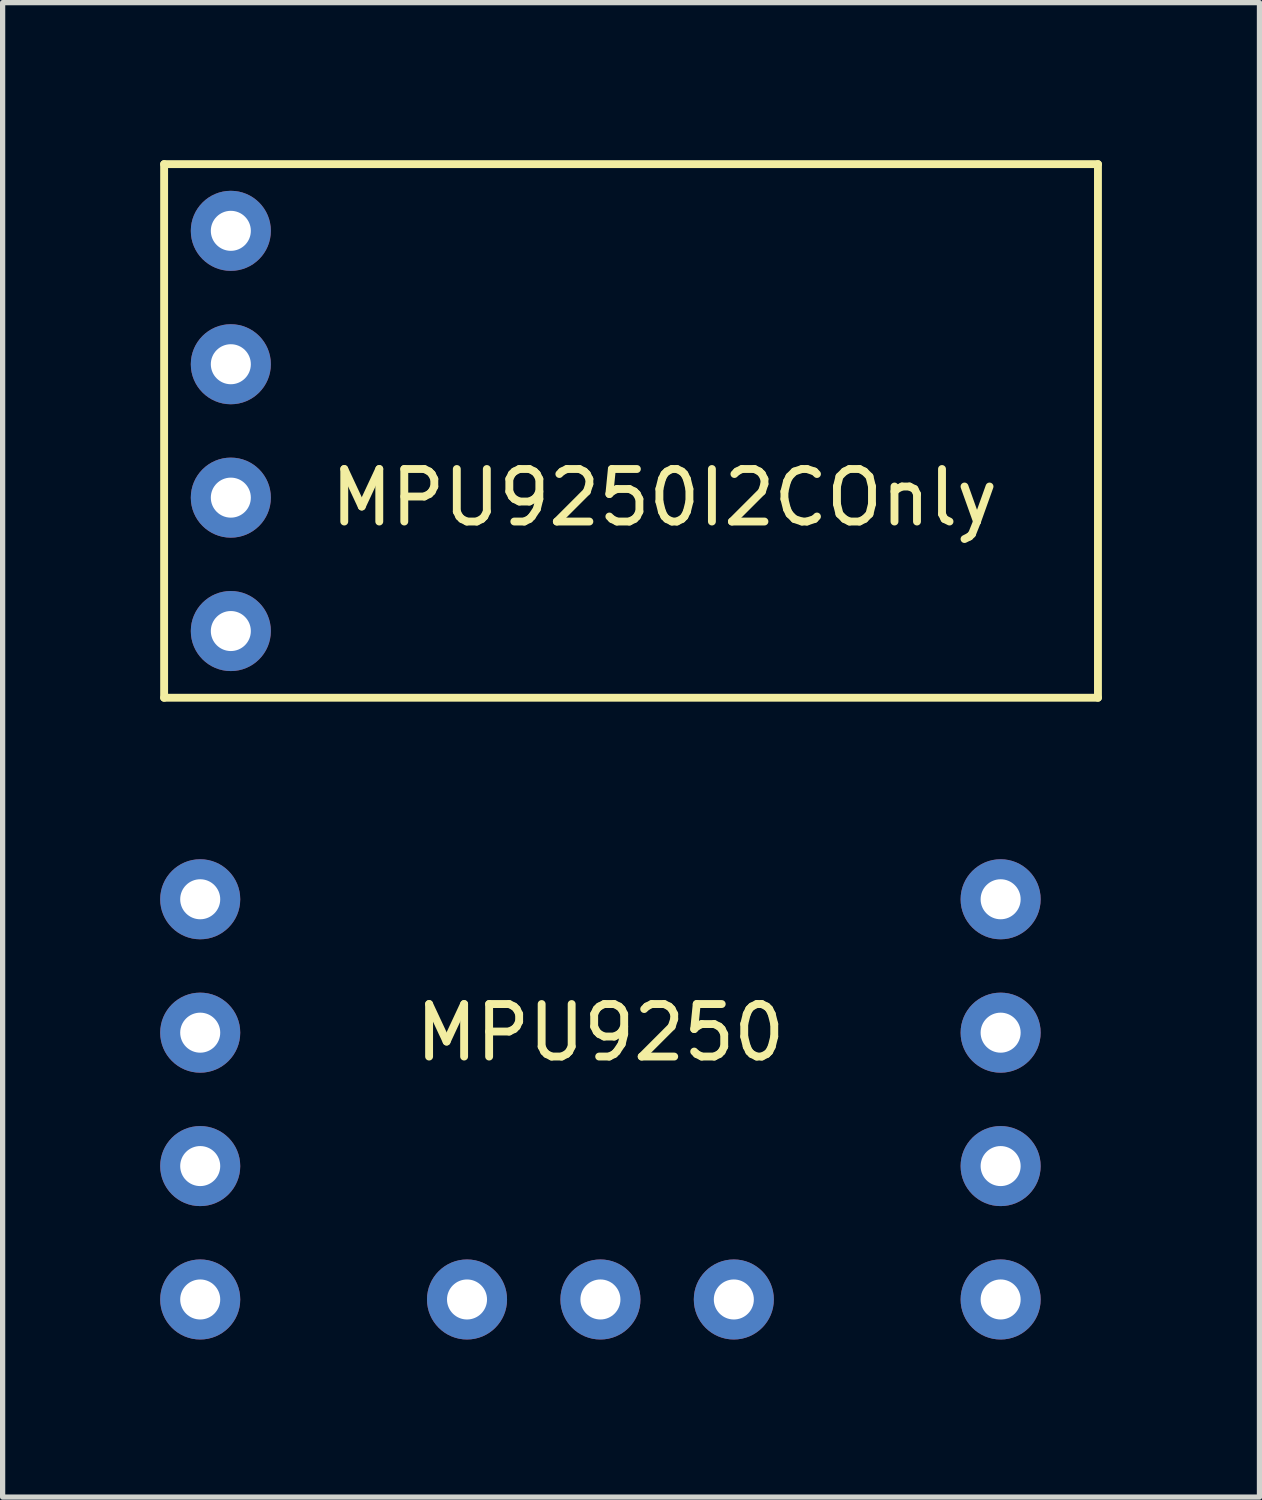
<source format=kicad_pcb>
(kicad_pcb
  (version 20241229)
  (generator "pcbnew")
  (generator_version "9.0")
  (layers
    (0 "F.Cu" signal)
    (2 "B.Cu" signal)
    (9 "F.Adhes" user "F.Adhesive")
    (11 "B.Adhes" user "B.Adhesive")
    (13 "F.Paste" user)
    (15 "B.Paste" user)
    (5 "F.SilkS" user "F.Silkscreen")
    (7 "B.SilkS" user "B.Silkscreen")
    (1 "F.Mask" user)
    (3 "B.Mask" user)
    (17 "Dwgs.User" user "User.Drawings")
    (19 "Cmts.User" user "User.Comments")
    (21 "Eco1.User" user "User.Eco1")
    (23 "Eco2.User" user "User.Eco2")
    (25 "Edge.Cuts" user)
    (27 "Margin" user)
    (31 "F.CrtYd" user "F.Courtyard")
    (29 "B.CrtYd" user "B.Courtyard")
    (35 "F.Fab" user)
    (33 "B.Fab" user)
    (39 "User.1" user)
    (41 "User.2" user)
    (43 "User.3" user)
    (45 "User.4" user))
  (footprint "MPU9250"
    (layer "F.Cu")
    (at 8.382 21.692)
    (property "Reference" "MPU9250" (at 0 -5.08 0) (layer "F.SilkS") (effects (font (size 1 1) (thickness 0.15))))
    (attr through_hole)
    (pad "1" thru_hole circle (at 7.62 0) (size 1.524 1.524) (drill 0.762) (layers "*.Cu" "*.Mask"))
    (pad "2" thru_hole circle (at 7.62 -2.54) (size 1.524 1.524) (drill 0.762) (layers "*.Cu" "*.Mask"))
    (pad "3" thru_hole circle (at 7.62 -5.08) (size 1.524 1.524) (drill 0.762) (layers "*.Cu" "*.Mask"))
    (pad "4" thru_hole circle (at 7.62 -7.62) (size 1.524 1.524) (drill 0.762) (layers "*.Cu" "*.Mask"))
    (pad "5" thru_hole circle (at 2.54 0) (size 1.524 1.524) (drill 0.762) (layers "*.Cu" "*.Mask"))
    (pad "6" thru_hole circle (at 0 0) (size 1.524 1.524) (drill 0.762) (layers "*.Cu" "*.Mask"))
    (pad "7" thru_hole circle (at -2.54 0) (size 1.524 1.524) (drill 0.762) (layers "*.Cu" "*.Mask"))
    (pad "8" thru_hole circle (at -7.62 0) (size 1.524 1.524) (drill 0.762) (layers "*.Cu" "*.Mask"))
    (pad "9" thru_hole circle (at -7.62 -2.54) (size 1.524 1.524) (drill 0.762) (layers "*.Cu" "*.Mask"))
    (pad "10" thru_hole circle (at -7.62 -5.08) (size 1.524 1.524) (drill 0.762) (layers "*.Cu" "*.Mask"))
    (pad "11" thru_hole circle (at -7.62 -7.62) (size 1.524 1.524) (drill 0.762) (layers "*.Cu" "*.Mask")))
  (footprint "MPU9250I2COnly"
    (layer "F.Cu")
    (at 8.965 8.965)
    (property "Reference" "MPU9250I2COnly" (at 0.635 -2.54 0) (layer "F.SilkS") (effects (font (size 1 1) (thickness 0.15))))
    (attr through_hole)
    (fp_line (start -8.89 -8.89) (end 8.89 -8.89) (stroke (width 0.15) (type solid)) (layer "F.SilkS"))
    (fp_line (start -8.89 1.27) (end -8.89 -8.89) (stroke (width 0.15) (type solid)) (layer "F.SilkS"))
    (fp_line (start 8.89 -8.89) (end 8.89 1.27) (stroke (width 0.15) (type solid)) (layer "F.SilkS"))
    (fp_line (start 8.89 1.27) (end -8.89 1.27) (stroke (width 0.15) (type solid)) (layer "F.SilkS"))
    (pad "1" thru_hole circle (at -7.62 0) (size 1.524 1.524) (drill 0.762) (layers "*.Cu" "*.Mask"))
    (pad "2" thru_hole circle (at -7.62 -2.54) (size 1.524 1.524) (drill 0.762) (layers "*.Cu" "*.Mask"))
    (pad "3" thru_hole circle (at -7.62 -5.08) (size 1.524 1.524) (drill 0.762) (layers "*.Cu" "*.Mask"))
    (pad "4" thru_hole circle (at -7.62 -7.62) (size 1.524 1.524) (drill 0.762) (layers "*.Cu" "*.Mask")))
  (gr_rect
    (start -3 -3)
    (end 20.93 25.454)
    (stroke (width 0.1) (type default))
    (fill no)
    (layer "Edge.Cuts")))
</source>
